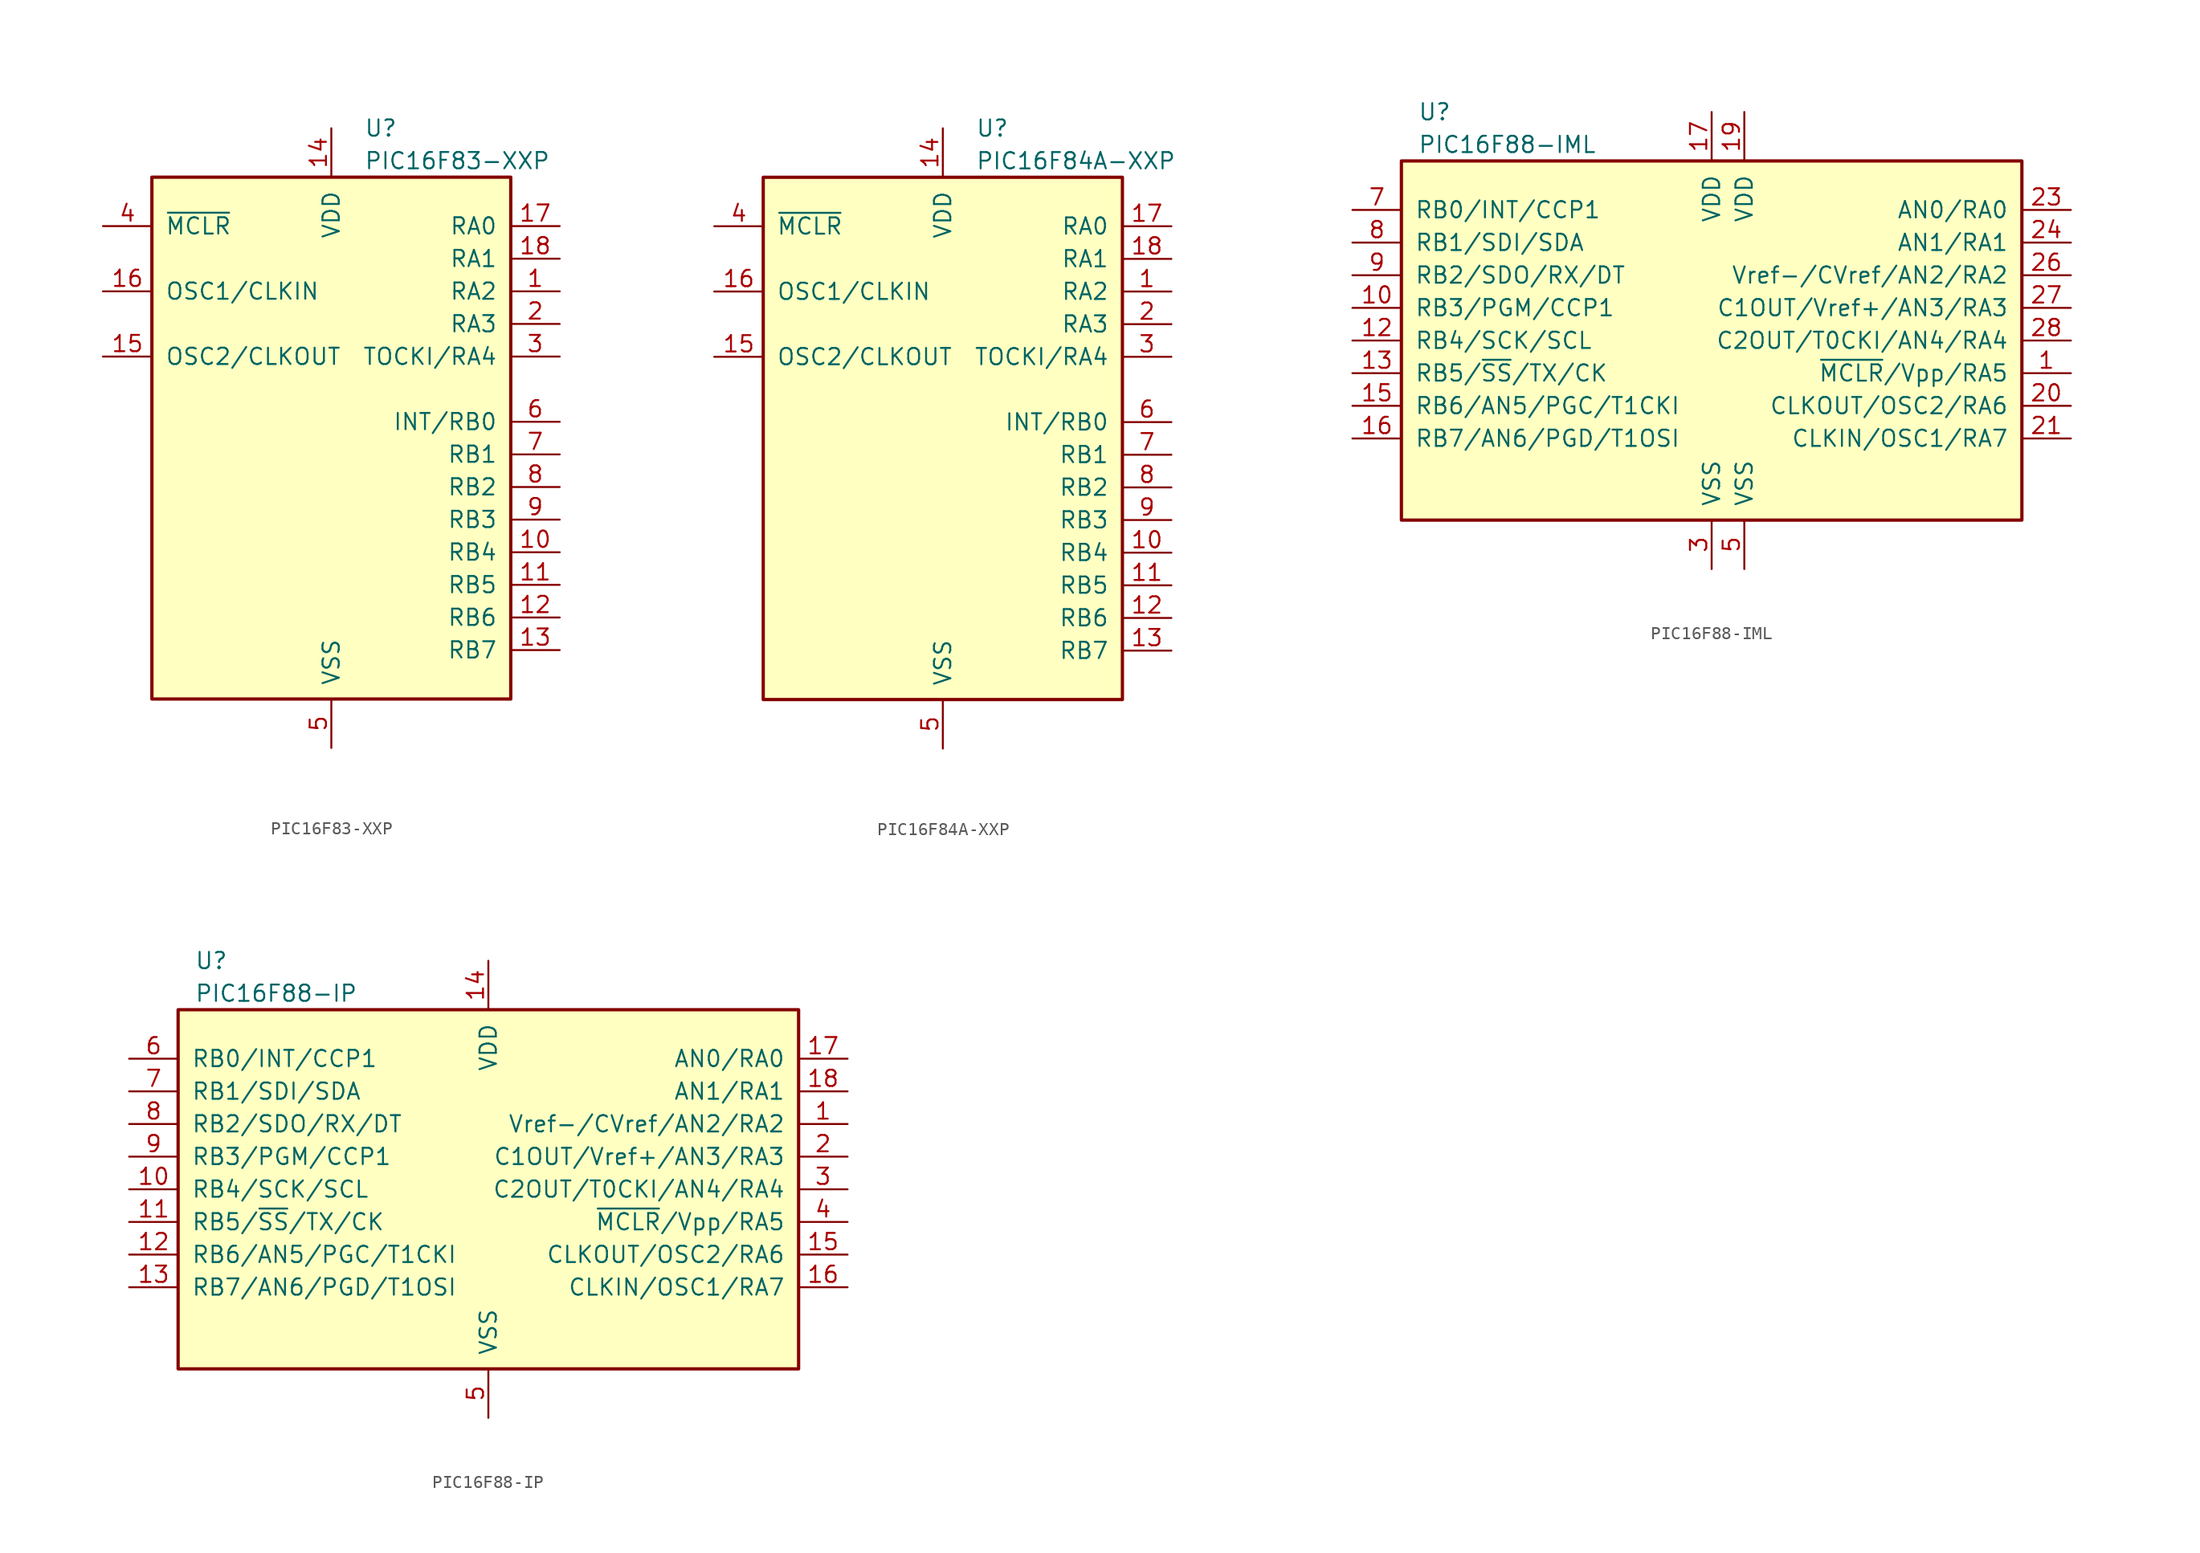
<source format=kicad_sym>
(kicad_symbol_lib
  (version 20200908)
  (generator kicad_symbol_editor)
  (symbol "MCU_Microchip_PIC16:PIC16F83-XXP"
    (pin_names
      (offset 1.016))
    (property "Reference" "U"
      (at 2.54 22.86 0)
      (effects (font (size 1.27 1.27)) (justify left)))
    (property "Value" "PIC16F83-XXP"
      (at 2.54 20.32 0)
      (effects (font (size 1.27 1.27)) (justify left)))
    (symbol "PIC16F83-XXP_0_1"
      (rectangle (start -13.97 19.05) (end 13.97 -21.59) (stroke (width 0.254)) (fill (type background))))
    (symbol "PIC16F83-XXP_1_1"
      (pin bidirectional line (at 17.78 10.16 180) (length 3.81) (name "RA2" (effects (font (size 1.27 1.27)))) (number "1" (effects (font (size 1.27 1.27)))))
      (pin bidirectional line (at 17.78 -10.16 180) (length 3.81) (name "RB4" (effects (font (size 1.27 1.27)))) (number "10" (effects (font (size 1.27 1.27)))))
      (pin bidirectional line (at 17.78 -12.7 180) (length 3.81) (name "RB5" (effects (font (size 1.27 1.27)))) (number "11" (effects (font (size 1.27 1.27)))))
      (pin bidirectional line (at 17.78 -15.24 180) (length 3.81) (name "RB6" (effects (font (size 1.27 1.27)))) (number "12" (effects (font (size 1.27 1.27)))))
      (pin bidirectional line (at 17.78 -17.78 180) (length 3.81) (name "RB7" (effects (font (size 1.27 1.27)))) (number "13" (effects (font (size 1.27 1.27)))))
      (pin power_in line (at 0 22.86 270) (length 3.81) (name "VDD" (effects (font (size 1.27 1.27)))) (number "14" (effects (font (size 1.27 1.27)))))
      (pin output line (at -17.78 5.08 0) (length 3.81) (name "OSC2/CLKOUT" (effects (font (size 1.27 1.27)))) (number "15" (effects (font (size 1.27 1.27)))))
      (pin input line (at -17.78 10.16 0) (length 3.81) (name "OSC1/CLKIN" (effects (font (size 1.27 1.27)))) (number "16" (effects (font (size 1.27 1.27)))))
      (pin bidirectional line (at 17.78 15.24 180) (length 3.81) (name "RA0" (effects (font (size 1.27 1.27)))) (number "17" (effects (font (size 1.27 1.27)))))
      (pin bidirectional line (at 17.78 12.7 180) (length 3.81) (name "RA1" (effects (font (size 1.27 1.27)))) (number "18" (effects (font (size 1.27 1.27)))))
      (pin bidirectional line (at 17.78 7.62 180) (length 3.81) (name "RA3" (effects (font (size 1.27 1.27)))) (number "2" (effects (font (size 1.27 1.27)))))
      (pin bidirectional line (at 17.78 5.08 180) (length 3.81) (name "TOCKI/RA4" (effects (font (size 1.27 1.27)))) (number "3" (effects (font (size 1.27 1.27)))))
      (pin input line (at -17.78 15.24 0) (length 3.81) (name "~MCLR~" (effects (font (size 1.27 1.27)))) (number "4" (effects (font (size 1.27 1.27)))))
      (pin power_in line (at 0 -25.4 90) (length 3.81) (name "VSS" (effects (font (size 1.27 1.27)))) (number "5" (effects (font (size 1.27 1.27)))))
      (pin bidirectional line (at 17.78 0 180) (length 3.81) (name "INT/RB0" (effects (font (size 1.27 1.27)))) (number "6" (effects (font (size 1.27 1.27)))))
      (pin bidirectional line (at 17.78 -2.54 180) (length 3.81) (name "RB1" (effects (font (size 1.27 1.27)))) (number "7" (effects (font (size 1.27 1.27)))))
      (pin bidirectional line (at 17.78 -5.08 180) (length 3.81) (name "RB2" (effects (font (size 1.27 1.27)))) (number "8" (effects (font (size 1.27 1.27)))))
      (pin bidirectional line (at 17.78 -7.62 180) (length 3.81) (name "RB3" (effects (font (size 1.27 1.27)))) (number "9" (effects (font (size 1.27 1.27)))))))
  (symbol "MCU_Microchip_PIC16:PIC16F84A-XXP"
    (pin_names
      (offset 1.016))
    (property "Reference" "U"
      (at 2.54 22.86 0)
      (effects (font (size 1.27 1.27)) (justify left)))
    (property "Value" "PIC16F84A-XXP"
      (at 2.54 20.32 0)
      (effects (font (size 1.27 1.27)) (justify left)))
    (symbol "PIC16F84A-XXP_0_1"
      (rectangle (start -13.97 19.05) (end 13.97 -21.59) (stroke (width 0.254)) (fill (type background))))
    (symbol "PIC16F84A-XXP_1_1"
      (pin bidirectional line (at 17.78 10.16 180) (length 3.81) (name "RA2" (effects (font (size 1.27 1.27)))) (number "1" (effects (font (size 1.27 1.27)))))
      (pin bidirectional line (at 17.78 -10.16 180) (length 3.81) (name "RB4" (effects (font (size 1.27 1.27)))) (number "10" (effects (font (size 1.27 1.27)))))
      (pin bidirectional line (at 17.78 -12.7 180) (length 3.81) (name "RB5" (effects (font (size 1.27 1.27)))) (number "11" (effects (font (size 1.27 1.27)))))
      (pin bidirectional line (at 17.78 -15.24 180) (length 3.81) (name "RB6" (effects (font (size 1.27 1.27)))) (number "12" (effects (font (size 1.27 1.27)))))
      (pin bidirectional line (at 17.78 -17.78 180) (length 3.81) (name "RB7" (effects (font (size 1.27 1.27)))) (number "13" (effects (font (size 1.27 1.27)))))
      (pin power_in line (at 0 22.86 270) (length 3.81) (name "VDD" (effects (font (size 1.27 1.27)))) (number "14" (effects (font (size 1.27 1.27)))))
      (pin output line (at -17.78 5.08 0) (length 3.81) (name "OSC2/CLKOUT" (effects (font (size 1.27 1.27)))) (number "15" (effects (font (size 1.27 1.27)))))
      (pin input line (at -17.78 10.16 0) (length 3.81) (name "OSC1/CLKIN" (effects (font (size 1.27 1.27)))) (number "16" (effects (font (size 1.27 1.27)))))
      (pin bidirectional line (at 17.78 15.24 180) (length 3.81) (name "RA0" (effects (font (size 1.27 1.27)))) (number "17" (effects (font (size 1.27 1.27)))))
      (pin bidirectional line (at 17.78 12.7 180) (length 3.81) (name "RA1" (effects (font (size 1.27 1.27)))) (number "18" (effects (font (size 1.27 1.27)))))
      (pin bidirectional line (at 17.78 7.62 180) (length 3.81) (name "RA3" (effects (font (size 1.27 1.27)))) (number "2" (effects (font (size 1.27 1.27)))))
      (pin bidirectional line (at 17.78 5.08 180) (length 3.81) (name "TOCKI/RA4" (effects (font (size 1.27 1.27)))) (number "3" (effects (font (size 1.27 1.27)))))
      (pin input line (at -17.78 15.24 0) (length 3.81) (name "~MCLR~" (effects (font (size 1.27 1.27)))) (number "4" (effects (font (size 1.27 1.27)))))
      (pin power_in line (at 0 -25.4 90) (length 3.81) (name "VSS" (effects (font (size 1.27 1.27)))) (number "5" (effects (font (size 1.27 1.27)))))
      (pin bidirectional line (at 17.78 0 180) (length 3.81) (name "INT/RB0" (effects (font (size 1.27 1.27)))) (number "6" (effects (font (size 1.27 1.27)))))
      (pin bidirectional line (at 17.78 -2.54 180) (length 3.81) (name "RB1" (effects (font (size 1.27 1.27)))) (number "7" (effects (font (size 1.27 1.27)))))
      (pin bidirectional line (at 17.78 -5.08 180) (length 3.81) (name "RB2" (effects (font (size 1.27 1.27)))) (number "8" (effects (font (size 1.27 1.27)))))
      (pin bidirectional line (at 17.78 -7.62 180) (length 3.81) (name "RB3" (effects (font (size 1.27 1.27)))) (number "9" (effects (font (size 1.27 1.27)))))))
  (symbol "MCU_Microchip_PIC16:PIC16F88-IML"
    (pin_names
      (offset 1.016))
    (property "Reference" "U"
      (at -22.86 17.78 0)
      (effects (font (size 1.27 1.27)) (justify left)))
    (property "Value" "PIC16F88-IML"
      (at -22.86 15.24 0)
      (effects (font (size 1.27 1.27)) (justify left)))
    (symbol "PIC16F88-IML_0_1"
      (rectangle (start 24.13 13.97) (end -24.13 -13.97) (stroke (width 0.254)) (fill (type background))))
    (symbol "PIC16F88-IML_1_1"
      (pin input line (at 27.94 -2.54 180) (length 3.81) (name "~MCLR~/Vpp/RA5" (effects (font (size 1.27 1.27)))) (number "1" (effects (font (size 1.27 1.27)))))
      (pin bidirectional line (at -27.94 2.54 0) (length 3.81) (name "RB3/PGM/CCP1" (effects (font (size 1.27 1.27)))) (number "10" (effects (font (size 1.27 1.27)))))
      (pin bidirectional line (at -27.94 0 0) (length 3.81) (name "RB4/SCK/SCL" (effects (font (size 1.27 1.27)))) (number "12" (effects (font (size 1.27 1.27)))))
      (pin bidirectional line (at -27.94 -2.54 0) (length 3.81) (name "RB5/~SS~/TX/CK" (effects (font (size 1.27 1.27)))) (number "13" (effects (font (size 1.27 1.27)))))
      (pin bidirectional line (at -27.94 -5.08 0) (length 3.81) (name "RB6/AN5/PGC/T1CKI" (effects (font (size 1.27 1.27)))) (number "15" (effects (font (size 1.27 1.27)))))
      (pin bidirectional line (at -27.94 -7.62 0) (length 3.81) (name "RB7/AN6/PGD/T1OSI" (effects (font (size 1.27 1.27)))) (number "16" (effects (font (size 1.27 1.27)))))
      (pin power_in line (at 0 17.78 270) (length 3.81) (name "VDD" (effects (font (size 1.27 1.27)))) (number "17" (effects (font (size 1.27 1.27)))))
      (pin power_in line (at 2.54 17.78 270) (length 3.81) (name "VDD" (effects (font (size 1.27 1.27)))) (number "19" (effects (font (size 1.27 1.27)))))
      (pin bidirectional line (at 27.94 -5.08 180) (length 3.81) (name "CLKOUT/OSC2/RA6" (effects (font (size 1.27 1.27)))) (number "20" (effects (font (size 1.27 1.27)))))
      (pin bidirectional line (at 27.94 -7.62 180) (length 3.81) (name "CLKIN/OSC1/RA7" (effects (font (size 1.27 1.27)))) (number "21" (effects (font (size 1.27 1.27)))))
      (pin bidirectional line (at 27.94 10.16 180) (length 3.81) (name "AN0/RA0" (effects (font (size 1.27 1.27)))) (number "23" (effects (font (size 1.27 1.27)))))
      (pin bidirectional line (at 27.94 7.62 180) (length 3.81) (name "AN1/RA1" (effects (font (size 1.27 1.27)))) (number "24" (effects (font (size 1.27 1.27)))))
      (pin bidirectional line (at 27.94 5.08 180) (length 3.81) (name "Vref-/CVref/AN2/RA2" (effects (font (size 1.27 1.27)))) (number "26" (effects (font (size 1.27 1.27)))))
      (pin bidirectional line (at 27.94 2.54 180) (length 3.81) (name "C1OUT/Vref+/AN3/RA3" (effects (font (size 1.27 1.27)))) (number "27" (effects (font (size 1.27 1.27)))))
      (pin bidirectional line (at 27.94 0 180) (length 3.81) (name "C2OUT/T0CKI/AN4/RA4" (effects (font (size 1.27 1.27)))) (number "28" (effects (font (size 1.27 1.27)))))
      (pin power_in line (at 0 -17.78 90) (length 3.81) (name "VSS" (effects (font (size 1.27 1.27)))) (number "3" (effects (font (size 1.27 1.27)))))
      (pin power_in line (at 2.54 -17.78 90) (length 3.81) (name "VSS" (effects (font (size 1.27 1.27)))) (number "5" (effects (font (size 1.27 1.27)))))
      (pin bidirectional line (at -27.94 10.16 0) (length 3.81) (name "RB0/INT/CCP1" (effects (font (size 1.27 1.27)))) (number "7" (effects (font (size 1.27 1.27)))))
      (pin bidirectional line (at -27.94 7.62 0) (length 3.81) (name "RB1/SDI/SDA" (effects (font (size 1.27 1.27)))) (number "8" (effects (font (size 1.27 1.27)))))
      (pin bidirectional line (at -27.94 5.08 0) (length 3.81) (name "RB2/SDO/RX/DT" (effects (font (size 1.27 1.27)))) (number "9" (effects (font (size 1.27 1.27)))))))
  (symbol "MCU_Microchip_PIC16:PIC16F88-IP"
    (pin_names
      (offset 1.016))
    (property "Reference" "U"
      (at -22.86 17.78 0)
      (effects (font (size 1.27 1.27)) (justify left)))
    (property "Value" "PIC16F88-IP"
      (at -22.86 15.24 0)
      (effects (font (size 1.27 1.27)) (justify left)))
    (symbol "PIC16F88-IP_0_1"
      (rectangle (start 24.13 13.97) (end -24.13 -13.97) (stroke (width 0.254)) (fill (type background))))
    (symbol "PIC16F88-IP_1_1"
      (pin bidirectional line (at 27.94 5.08 180) (length 3.81) (name "Vref-/CVref/AN2/RA2" (effects (font (size 1.27 1.27)))) (number "1" (effects (font (size 1.27 1.27)))))
      (pin bidirectional line (at -27.94 0 0) (length 3.81) (name "RB4/SCK/SCL" (effects (font (size 1.27 1.27)))) (number "10" (effects (font (size 1.27 1.27)))))
      (pin bidirectional line (at -27.94 -2.54 0) (length 3.81) (name "RB5/~SS~/TX/CK" (effects (font (size 1.27 1.27)))) (number "11" (effects (font (size 1.27 1.27)))))
      (pin bidirectional line (at -27.94 -5.08 0) (length 3.81) (name "RB6/AN5/PGC/T1CKI" (effects (font (size 1.27 1.27)))) (number "12" (effects (font (size 1.27 1.27)))))
      (pin bidirectional line (at -27.94 -7.62 0) (length 3.81) (name "RB7/AN6/PGD/T1OSI" (effects (font (size 1.27 1.27)))) (number "13" (effects (font (size 1.27 1.27)))))
      (pin power_in line (at 0 17.78 270) (length 3.81) (name "VDD" (effects (font (size 1.27 1.27)))) (number "14" (effects (font (size 1.27 1.27)))))
      (pin bidirectional line (at 27.94 -5.08 180) (length 3.81) (name "CLKOUT/OSC2/RA6" (effects (font (size 1.27 1.27)))) (number "15" (effects (font (size 1.27 1.27)))))
      (pin bidirectional line (at 27.94 -7.62 180) (length 3.81) (name "CLKIN/OSC1/RA7" (effects (font (size 1.27 1.27)))) (number "16" (effects (font (size 1.27 1.27)))))
      (pin bidirectional line (at 27.94 10.16 180) (length 3.81) (name "AN0/RA0" (effects (font (size 1.27 1.27)))) (number "17" (effects (font (size 1.27 1.27)))))
      (pin bidirectional line (at 27.94 7.62 180) (length 3.81) (name "AN1/RA1" (effects (font (size 1.27 1.27)))) (number "18" (effects (font (size 1.27 1.27)))))
      (pin bidirectional line (at 27.94 2.54 180) (length 3.81) (name "C1OUT/Vref+/AN3/RA3" (effects (font (size 1.27 1.27)))) (number "2" (effects (font (size 1.27 1.27)))))
      (pin bidirectional line (at 27.94 0 180) (length 3.81) (name "C2OUT/T0CKI/AN4/RA4" (effects (font (size 1.27 1.27)))) (number "3" (effects (font (size 1.27 1.27)))))
      (pin input line (at 27.94 -2.54 180) (length 3.81) (name "~MCLR~/Vpp/RA5" (effects (font (size 1.27 1.27)))) (number "4" (effects (font (size 1.27 1.27)))))
      (pin power_in line (at 0 -17.78 90) (length 3.81) (name "VSS" (effects (font (size 1.27 1.27)))) (number "5" (effects (font (size 1.27 1.27)))))
      (pin bidirectional line (at -27.94 10.16 0) (length 3.81) (name "RB0/INT/CCP1" (effects (font (size 1.27 1.27)))) (number "6" (effects (font (size 1.27 1.27)))))
      (pin bidirectional line (at -27.94 7.62 0) (length 3.81) (name "RB1/SDI/SDA" (effects (font (size 1.27 1.27)))) (number "7" (effects (font (size 1.27 1.27)))))
      (pin bidirectional line (at -27.94 5.08 0) (length 3.81) (name "RB2/SDO/RX/DT" (effects (font (size 1.27 1.27)))) (number "8" (effects (font (size 1.27 1.27)))))
      (pin bidirectional line (at -27.94 2.54 0) (length 3.81) (name "RB3/PGM/CCP1" (effects (font (size 1.27 1.27)))) (number "9" (effects (font (size 1.27 1.27))))))))
</source>
